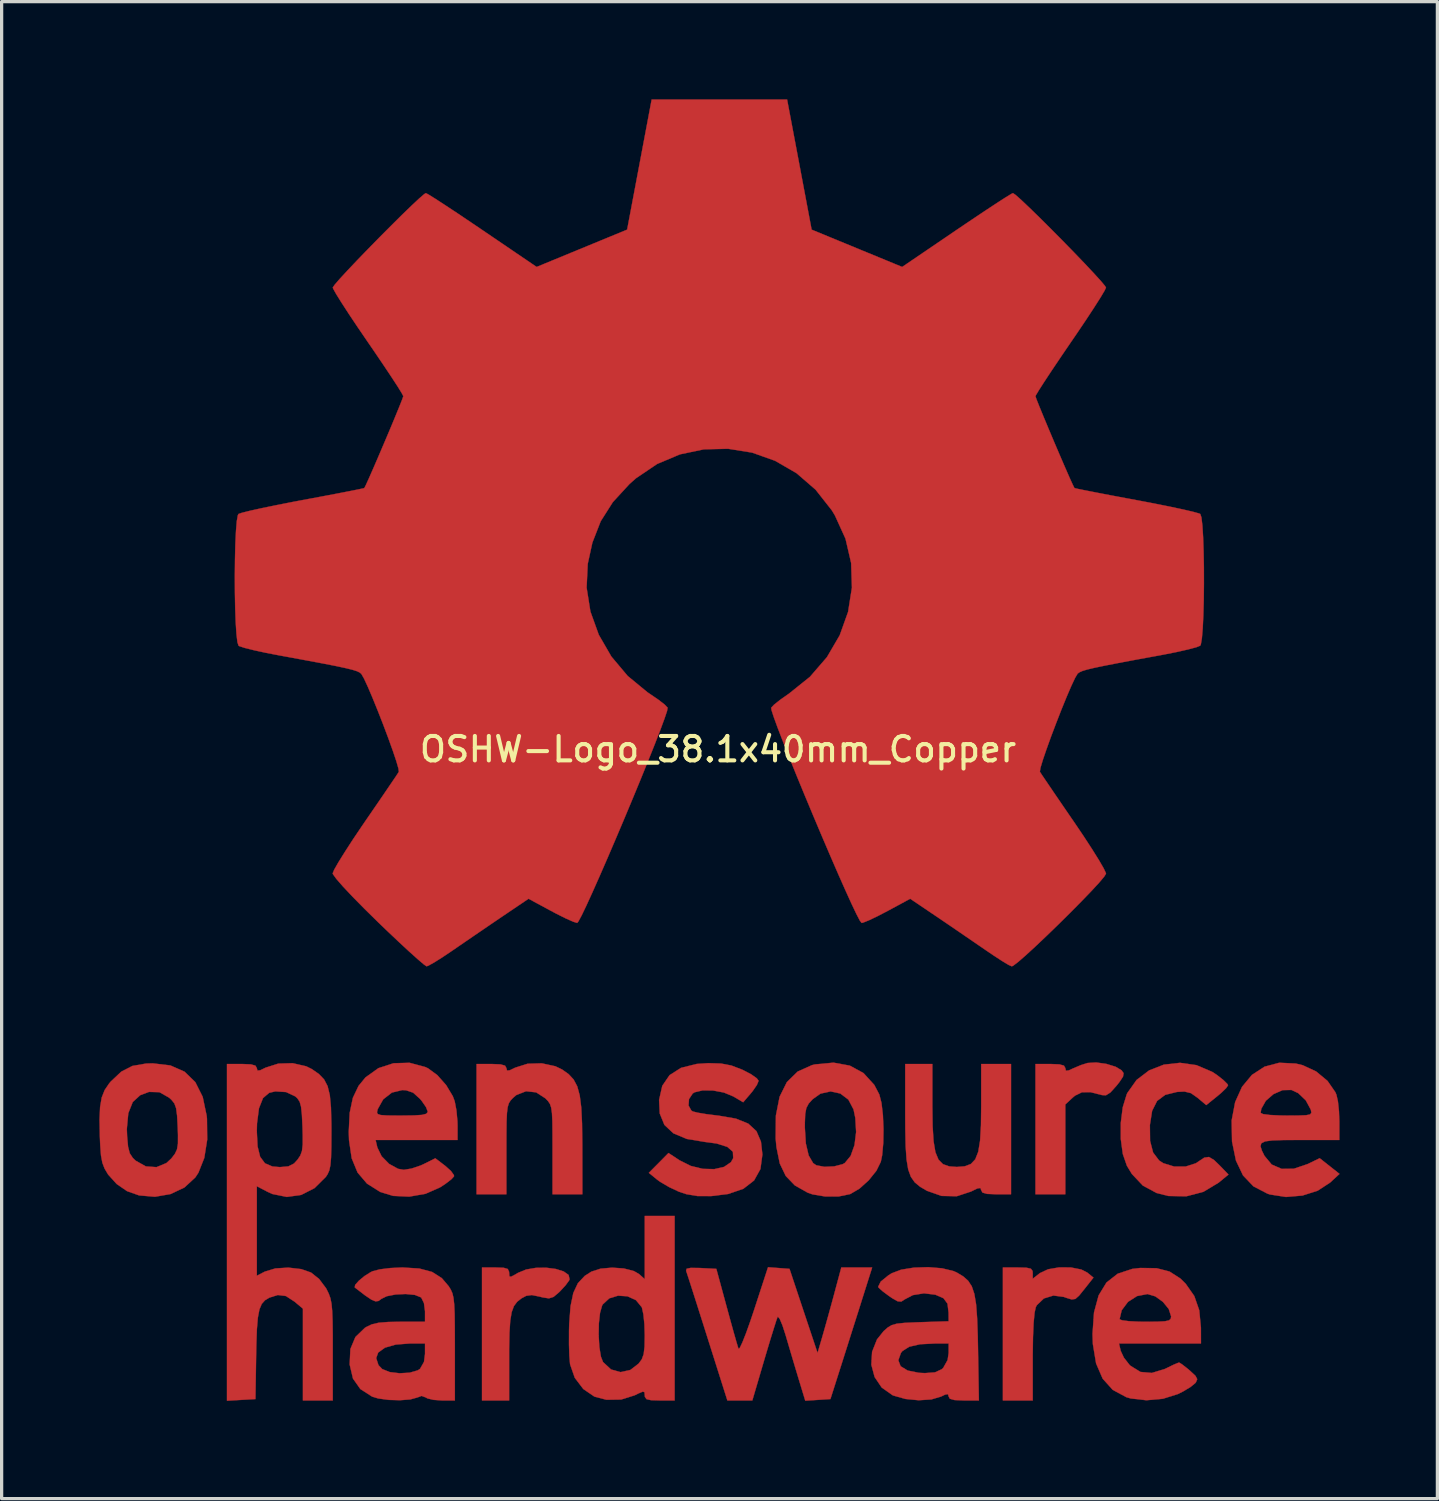
<source format=kicad_pcb>
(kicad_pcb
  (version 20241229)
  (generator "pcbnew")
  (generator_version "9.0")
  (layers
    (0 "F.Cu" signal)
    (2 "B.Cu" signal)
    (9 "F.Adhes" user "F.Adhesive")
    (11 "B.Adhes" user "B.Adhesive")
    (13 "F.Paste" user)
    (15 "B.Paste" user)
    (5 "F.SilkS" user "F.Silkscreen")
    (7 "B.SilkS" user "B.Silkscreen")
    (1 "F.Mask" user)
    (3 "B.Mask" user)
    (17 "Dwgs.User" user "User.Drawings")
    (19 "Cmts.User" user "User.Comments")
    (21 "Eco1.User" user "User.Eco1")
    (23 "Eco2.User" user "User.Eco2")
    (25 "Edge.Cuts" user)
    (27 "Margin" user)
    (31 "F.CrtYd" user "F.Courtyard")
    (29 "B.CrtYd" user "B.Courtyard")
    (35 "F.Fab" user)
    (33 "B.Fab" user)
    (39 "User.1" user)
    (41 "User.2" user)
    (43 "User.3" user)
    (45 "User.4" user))
  (footprint "OSHW-Logo_38.1x40mm_Copper"
    (layer "F.Cu")
    (at 18.99 19.95)
    (property "Reference" "OSHW-Logo_38.1x40mm_Copper" (at 0 0 0) (layer "F.SilkS") (effects (font (size 0.75 0.75) (thickness 0.125))))
    (attr exclude_from_pos_files exclude_from_bom)
    (fp_poly (pts (xy 11.918 9.656) (xy 12.204 9.744) (xy 12.389 9.855) (xy 12.449 9.942) (xy 12.432 10.046) (xy 12.325 10.209) (xy 12.234 10.324) (xy 12.047 10.532) (xy 11.907 10.62) (xy 11.787 10.614) (xy 11.431 10.524) (xy 11.17 10.528) (xy 10.959 10.631) (xy 10.887 10.691) (xy 10.66 10.902) (xy 10.66 13.658) (xy 9.744 13.658) (xy 9.744 9.66) (xy 10.202 9.66) (xy 10.477 9.671) (xy 10.619 9.71) (xy 10.66 9.785) (xy 10.66 9.787) (xy 10.679 9.866) (xy 10.767 9.856) (xy 10.889 9.799) (xy 11.14 9.693) (xy 11.344 9.629) (xy 11.607 9.613) (xy 11.918 9.656)) (stroke (width 0.01) (type solid)) (fill yes) (layer "F.Cu"))
    (fp_poly (pts (xy 10.83 15.905) (xy 11.15 15.968) (xy 11.333 16.061) (xy 11.524 16.217) (xy 11.252 16.561) (xy 11.083 16.77) (xy 10.969 16.871) (xy 10.856 16.887) (xy 10.69 16.837) (xy 10.612 16.809) (xy 10.294 16.767) (xy 10.003 16.856) (xy 9.789 17.059) (xy 9.754 17.123) (xy 9.717 17.294) (xy 9.687 17.609) (xy 9.668 18.046) (xy 9.66 18.582) (xy 9.66 18.658) (xy 9.66 19.987) (xy 8.744 19.987) (xy 8.744 15.906) (xy 9.202 15.906) (xy 9.466 15.913) (xy 9.604 15.944) (xy 9.655 16.013) (xy 9.66 16.079) (xy 9.66 16.251) (xy 9.88 16.079) (xy 10.131 15.961) (xy 10.469 15.903) (xy 10.83 15.905)) (stroke (width 0.01) (type solid)) (fill yes) (layer "F.Cu"))
    (fp_poly (pts (xy -6.579 15.915) (xy -6.454 15.952) (xy -6.414 16.035) (xy -6.412 16.072) (xy -6.405 16.175) (xy -6.356 16.191) (xy -6.221 16.12) (xy -6.142 16.072) (xy -5.89 15.968) (xy -5.59 15.917) (xy -5.275 15.913) (xy -4.98 15.951) (xy -4.739 16.027) (xy -4.587 16.134) (xy -4.557 16.268) (xy -4.572 16.305) (xy -4.683 16.456) (xy -4.854 16.641) (xy -4.885 16.671) (xy -5.049 16.809) (xy -5.191 16.854) (xy -5.388 16.823) (xy -5.467 16.802) (xy -5.714 16.752) (xy -5.887 16.775) (xy -6.033 16.853) (xy -6.167 16.959) (xy -6.266 17.092) (xy -6.334 17.277) (xy -6.378 17.541) (xy -6.402 17.907) (xy -6.412 18.402) (xy -6.412 18.701) (xy -6.412 19.987) (xy -7.245 19.987) (xy -7.245 15.906) (xy -6.829 15.906) (xy -6.579 15.915)) (stroke (width 0.01) (type solid)) (fill yes) (layer "F.Cu"))
    (fp_poly (pts (xy 6.579 10.957) (xy 6.587 11.567) (xy 6.616 12.031) (xy 6.673 12.368) (xy 6.767 12.595) (xy 6.904 12.734) (xy 7.094 12.802) (xy 7.329 12.82) (xy 7.574 12.8) (xy 7.761 12.729) (xy 7.896 12.586) (xy 7.988 12.353) (xy 8.044 12.011) (xy 8.071 11.54) (xy 8.078 10.957) (xy 8.078 9.66) (xy 8.994 9.66) (xy 8.994 13.658) (xy 8.536 13.658) (xy 8.26 13.647) (xy 8.118 13.607) (xy 8.078 13.533) (xy 8.054 13.466) (xy 7.959 13.48) (xy 7.767 13.574) (xy 7.327 13.719) (xy 6.861 13.709) (xy 6.414 13.552) (xy 6.201 13.427) (xy 6.038 13.292) (xy 5.92 13.124) (xy 5.838 12.898) (xy 5.787 12.591) (xy 5.759 12.18) (xy 5.748 11.64) (xy 5.746 11.223) (xy 5.746 9.66) (xy 6.579 9.66) (xy 6.579 10.957)) (stroke (width 0.01) (type solid)) (fill yes) (layer "F.Cu"))
    (fp_poly (pts (xy -4.994 9.729) (xy -4.787 9.828) (xy -4.586 9.971) (xy -4.433 10.136) (xy -4.321 10.346) (xy -4.245 10.625) (xy -4.198 10.996) (xy -4.174 11.485) (xy -4.166 12.114) (xy -4.166 12.18) (xy -4.164 13.658) (xy -5.08 13.658) (xy -5.08 12.295) (xy -5.081 11.79) (xy -5.085 11.424) (xy -5.097 11.17) (xy -5.121 10.999) (xy -5.16 10.884) (xy -5.218 10.798) (xy -5.3 10.713) (xy -5.583 10.53) (xy -5.893 10.496) (xy -6.189 10.611) (xy -6.291 10.698) (xy -6.367 10.778) (xy -6.421 10.865) (xy -6.457 10.985) (xy -6.479 11.165) (xy -6.491 11.432) (xy -6.495 11.815) (xy -6.496 12.28) (xy -6.496 13.658) (xy -7.412 13.658) (xy -7.412 9.66) (xy -6.954 9.66) (xy -6.679 9.671) (xy -6.537 9.71) (xy -6.496 9.785) (xy -6.496 9.787) (xy -6.477 9.861) (xy -6.392 9.853) (xy -6.225 9.772) (xy -5.845 9.652) (xy -5.411 9.639) (xy -4.994 9.729)) (stroke (width 0.01) (type solid)) (fill yes) (layer "F.Cu"))
    (fp_poly (pts (xy 14.685 9.695) (xy 15.167 9.9) (xy 15.319 10) (xy 15.513 10.153) (xy 15.635 10.274) (xy 15.656 10.313) (xy 15.597 10.4) (xy 15.444 10.548) (xy 15.321 10.651) (xy 14.986 10.921) (xy 14.721 10.698) (xy 14.517 10.554) (xy 14.317 10.505) (xy 14.089 10.517) (xy 13.726 10.607) (xy 13.477 10.794) (xy 13.325 11.096) (xy 13.256 11.532) (xy 13.256 11.533) (xy 13.262 12.02) (xy 13.355 12.378) (xy 13.539 12.621) (xy 13.665 12.704) (xy 13.999 12.807) (xy 14.356 12.807) (xy 14.667 12.707) (xy 14.74 12.658) (xy 14.925 12.534) (xy 15.069 12.514) (xy 15.224 12.606) (xy 15.396 12.772) (xy 15.668 13.053) (xy 15.366 13.302) (xy 14.899 13.583) (xy 14.373 13.721) (xy 13.824 13.711) (xy 13.462 13.62) (xy 13.04 13.392) (xy 12.703 13.035) (xy 12.55 12.783) (xy 12.425 12.422) (xy 12.363 11.963) (xy 12.363 11.467) (xy 12.423 10.99) (xy 12.545 10.591) (xy 12.564 10.55) (xy 12.848 10.149) (xy 13.233 9.856) (xy 13.687 9.679) (xy 14.181 9.624) (xy 14.685 9.695)) (stroke (width 0.01) (type solid)) (fill yes) (layer "F.Cu"))
    (fp_poly (pts (xy 4.045 9.71) (xy 4.466 9.939) (xy 4.796 10.301) (xy 4.951 10.596) (xy 5.018 10.856) (xy 5.061 11.227) (xy 5.079 11.654) (xy 5.072 12.083) (xy 5.038 12.46) (xy 4.997 12.661) (xy 4.861 12.937) (xy 4.626 13.229) (xy 4.342 13.485) (xy 4.061 13.65) (xy 4.054 13.653) (xy 3.706 13.725) (xy 3.293 13.727) (xy 2.9 13.661) (xy 2.749 13.608) (xy 2.358 13.387) (xy 2.079 13.097) (xy 1.895 12.713) (xy 1.793 12.21) (xy 1.769 11.946) (xy 1.772 11.615) (xy 2.665 11.615) (xy 2.695 12.098) (xy 2.782 12.467) (xy 2.919 12.702) (xy 3.017 12.769) (xy 3.268 12.816) (xy 3.567 12.802) (xy 3.825 12.735) (xy 3.892 12.698) (xy 4.071 12.481) (xy 4.189 12.15) (xy 4.239 11.747) (xy 4.214 11.315) (xy 4.16 11.055) (xy 4.002 10.754) (xy 3.754 10.566) (xy 3.455 10.501) (xy 3.146 10.569) (xy 2.908 10.737) (xy 2.783 10.874) (xy 2.711 11.01) (xy 2.676 11.194) (xy 2.665 11.476) (xy 2.665 11.615) (xy 1.772 11.615) (xy 1.776 11.243) (xy 1.89 10.666) (xy 2.113 10.216) (xy 2.444 9.892) (xy 2.883 9.695) (xy 2.978 9.672) (xy 3.545 9.619) (xy 4.045 9.71)) (stroke (width 0.01) (type solid)) (fill yes) (layer "F.Cu"))
    (fp_poly (pts (xy 1.865 15.923) (xy 2.194 15.948) (xy 2.624 17.239) (xy 3.055 18.53) (xy 3.19 18.071) (xy 3.271 17.788) (xy 3.378 17.406) (xy 3.494 16.985) (xy 3.555 16.76) (xy 3.784 15.906) (xy 4.731 15.906) (xy 4.448 16.801) (xy 4.309 17.242) (xy 4.14 17.773) (xy 3.965 18.327) (xy 3.808 18.821) (xy 3.45 19.945) (xy 2.678 19.995) (xy 2.468 19.304) (xy 2.339 18.875) (xy 2.198 18.401) (xy 2.075 17.983) (xy 2.07 17.966) (xy 1.978 17.683) (xy 1.897 17.49) (xy 1.84 17.417) (xy 1.828 17.425) (xy 1.787 17.538) (xy 1.71 17.781) (xy 1.604 18.123) (xy 1.481 18.533) (xy 1.414 18.759) (xy 1.053 19.987) (xy 0.287 19.987) (xy -0.326 18.051) (xy -0.498 17.508) (xy -0.655 17.014) (xy -0.789 16.594) (xy -0.893 16.27) (xy -0.96 16.066) (xy -0.98 16.006) (xy -0.964 15.945) (xy -0.838 15.918) (xy -0.577 15.921) (xy -0.537 15.923) (xy -0.052 15.948) (xy 0.265 17.114) (xy 0.381 17.539) (xy 0.485 17.913) (xy 0.568 18.203) (xy 0.62 18.376) (xy 0.629 18.405) (xy 0.669 18.372) (xy 0.749 18.203) (xy 0.86 17.922) (xy 0.993 17.55) (xy 1.106 17.214) (xy 1.535 15.898) (xy 1.865 15.923)) (stroke (width 0.01) (type solid)) (fill yes) (layer "F.Cu"))
    (fp_poly (pts (xy -16.811 9.704) (xy -16.375 9.896) (xy -16.044 10.218) (xy -15.818 10.669) (xy -15.696 11.25) (xy -15.687 11.341) (xy -15.68 11.981) (xy -15.769 12.541) (xy -15.949 12.996) (xy -16.045 13.142) (xy -16.38 13.451) (xy -16.806 13.652) (xy -17.284 13.735) (xy -17.771 13.693) (xy -18.141 13.562) (xy -18.459 13.343) (xy -18.719 13.055) (xy -18.724 13.048) (xy -18.829 12.871) (xy -18.898 12.692) (xy -18.94 12.467) (xy -18.964 12.149) (xy -18.975 11.888) (xy -18.979 11.651) (xy -18.147 11.651) (xy -18.138 11.887) (xy -18.109 12.2) (xy -18.057 12.401) (xy -17.963 12.544) (xy -17.875 12.628) (xy -17.563 12.803) (xy -17.236 12.826) (xy -16.932 12.7) (xy -16.78 12.559) (xy -16.671 12.417) (xy -16.607 12.281) (xy -16.578 12.104) (xy -16.577 11.839) (xy -16.585 11.594) (xy -16.604 11.245) (xy -16.634 11.019) (xy -16.687 10.871) (xy -16.777 10.759) (xy -16.848 10.694) (xy -17.145 10.525) (xy -17.466 10.516) (xy -17.736 10.617) (xy -17.965 10.826) (xy -18.102 11.17) (xy -18.147 11.651) (xy -18.979 11.651) (xy -18.985 11.369) (xy -18.968 10.981) (xy -18.918 10.689) (xy -18.827 10.459) (xy -18.689 10.256) (xy -18.638 10.196) (xy -18.318 9.895) (xy -17.976 9.719) (xy -17.556 9.646) (xy -17.352 9.64) (xy -16.811 9.704)) (stroke (width 0.01) (type solid)) (fill yes) (layer "F.Cu"))
    (fp_poly (pts (xy -1.332 19.987) (xy -1.79 19.987) (xy -2.056 19.979) (xy -2.195 19.947) (xy -2.245 19.877) (xy -2.249 19.829) (xy -2.257 19.734) (xy -2.31 19.716) (xy -2.449 19.775) (xy -2.558 19.829) (xy -2.974 19.959) (xy -3.426 19.966) (xy -3.793 19.87) (xy -4.136 19.636) (xy -4.397 19.292) (xy -4.539 18.885) (xy -4.543 18.862) (xy -4.564 18.614) (xy -4.575 18.258) (xy -4.574 17.989) (xy -3.664 17.989) (xy -3.643 18.347) (xy -3.595 18.642) (xy -3.53 18.808) (xy -3.285 19.036) (xy -2.993 19.118) (xy -2.693 19.052) (xy -2.436 18.855) (xy -2.339 18.722) (xy -2.282 18.564) (xy -2.255 18.334) (xy -2.249 17.987) (xy -2.26 17.644) (xy -2.291 17.343) (xy -2.335 17.141) (xy -2.343 17.123) (xy -2.52 16.908) (xy -2.779 16.79) (xy -3.069 16.771) (xy -3.338 16.853) (xy -3.537 17.038) (xy -3.558 17.075) (xy -3.622 17.299) (xy -3.658 17.622) (xy -3.664 17.989) (xy -4.574 17.989) (xy -4.574 17.852) (xy -4.568 17.634) (xy -4.527 17.094) (xy -4.442 16.688) (xy -4.301 16.388) (xy -4.092 16.165) (xy -3.889 16.034) (xy -3.605 15.942) (xy -3.252 15.911) (xy -2.891 15.936) (xy -2.582 16.016) (xy -2.418 16.112) (xy -2.249 16.265) (xy -2.249 14.324) (xy -1.332 14.324) (xy -1.332 19.987)) (stroke (width 0.01) (type solid)) (fill yes) (layer "F.Cu"))
    (fp_poly (pts (xy 17.736 9.646) (xy 17.949 9.698) (xy 18.358 9.888) (xy 18.707 10.177) (xy 18.949 10.525) (xy 18.982 10.603) (xy 19.028 10.807) (xy 19.06 11.109) (xy 19.071 11.415) (xy 19.071 11.992) (xy 17.863 11.992) (xy 17.365 11.994) (xy 17.014 12.005) (xy 16.791 12.035) (xy 16.677 12.092) (xy 16.651 12.184) (xy 16.695 12.32) (xy 16.774 12.48) (xy 16.995 12.746) (xy 17.302 12.879) (xy 17.676 12.874) (xy 18.101 12.73) (xy 18.468 12.552) (xy 18.772 12.792) (xy 19.076 13.033) (xy 18.79 13.298) (xy 18.408 13.548) (xy 17.938 13.698) (xy 17.432 13.741) (xy 16.943 13.665) (xy 16.864 13.639) (xy 16.434 13.415) (xy 16.115 13.08) (xy 15.898 12.625) (xy 15.778 12.041) (xy 15.777 12.028) (xy 15.766 11.391) (xy 15.81 11.163) (xy 16.656 11.163) (xy 16.733 11.198) (xy 16.944 11.225) (xy 17.255 11.24) (xy 17.452 11.243) (xy 17.82 11.241) (xy 18.05 11.232) (xy 18.171 11.208) (xy 18.212 11.161) (xy 18.201 11.085) (xy 18.192 11.055) (xy 18.043 10.778) (xy 17.809 10.554) (xy 17.602 10.456) (xy 17.328 10.462) (xy 17.049 10.585) (xy 16.816 10.787) (xy 16.676 11.034) (xy 16.656 11.163) (xy 15.81 11.163) (xy 15.873 10.83) (xy 16.085 10.36) (xy 16.39 9.993) (xy 16.775 9.742) (xy 17.227 9.622) (xy 17.736 9.646)) (stroke (width 0.01) (type solid)) (fill yes) (layer "F.Cu"))
    (fp_poly (pts (xy 0.093 9.646) (xy 0.408 9.706) (xy 0.735 9.831) (xy 0.77 9.847) (xy 1.018 9.977) (xy 1.19 10.099) (xy 1.246 10.176) (xy 1.193 10.303) (xy 1.064 10.49) (xy 1.007 10.56) (xy 0.772 10.834) (xy 0.469 10.655) (xy 0.181 10.536) (xy -0.152 10.473) (xy -0.471 10.469) (xy -0.719 10.528) (xy -0.778 10.566) (xy -0.891 10.737) (xy -0.905 10.934) (xy -0.82 11.088) (xy -0.77 11.118) (xy -0.62 11.155) (xy -0.357 11.199) (xy -0.032 11.24) (xy 0.028 11.247) (xy 0.55 11.337) (xy 0.928 11.49) (xy 1.179 11.721) (xy 1.318 12.043) (xy 1.362 12.436) (xy 1.302 12.883) (xy 1.107 13.234) (xy 0.777 13.49) (xy 0.31 13.65) (xy -0.208 13.714) (xy -0.631 13.713) (xy -0.973 13.655) (xy -1.208 13.576) (xy -1.503 13.437) (xy -1.777 13.276) (xy -1.874 13.205) (xy -2.124 13.001) (xy -1.822 12.697) (xy -1.521 12.392) (xy -1.178 12.618) (xy -0.835 12.789) (xy -0.468 12.878) (xy -0.115 12.887) (xy 0.186 12.818) (xy 0.397 12.673) (xy 0.466 12.55) (xy 0.456 12.354) (xy 0.286 12.204) (xy -0.043 12.1) (xy -0.404 12.052) (xy -0.959 11.96) (xy -1.371 11.787) (xy -1.646 11.529) (xy -1.789 11.178) (xy -1.809 10.763) (xy -1.711 10.329) (xy -1.487 10.002) (xy -1.136 9.778) (xy -0.655 9.658) (xy -0.299 9.634) (xy 0.093 9.646)) (stroke (width 0.01) (type solid)) (fill yes) (layer "F.Cu"))
    (fp_poly (pts (xy 13.462 15.928) (xy 13.86 16.031) (xy 14.193 16.245) (xy 14.355 16.405) (xy 14.619 16.782) (xy 14.771 17.219) (xy 14.823 17.757) (xy 14.823 17.801) (xy 14.824 18.238) (xy 12.307 18.238) (xy 12.361 18.467) (xy 12.458 18.674) (xy 12.627 18.891) (xy 12.663 18.925) (xy 12.967 19.112) (xy 13.315 19.143) (xy 13.715 19.021) (xy 13.783 18.988) (xy 13.991 18.887) (xy 14.13 18.83) (xy 14.154 18.824) (xy 14.239 18.876) (xy 14.401 19.002) (xy 14.483 19.071) (xy 14.653 19.229) (xy 14.709 19.333) (xy 14.67 19.429) (xy 14.649 19.455) (xy 14.509 19.57) (xy 14.277 19.71) (xy 14.116 19.791) (xy 13.657 19.935) (xy 13.149 19.981) (xy 12.668 19.926) (xy 12.533 19.887) (xy 12.117 19.663) (xy 11.807 19.319) (xy 11.605 18.852) (xy 11.506 18.257) (xy 11.495 17.947) (xy 11.527 17.494) (xy 12.325 17.494) (xy 12.402 17.527) (xy 12.61 17.554) (xy 12.912 17.569) (xy 13.116 17.572) (xy 13.484 17.569) (xy 13.716 17.557) (xy 13.844 17.529) (xy 13.897 17.479) (xy 13.908 17.407) (xy 13.836 17.182) (xy 13.656 16.961) (xy 13.42 16.791) (xy 13.183 16.721) (xy 12.862 16.783) (xy 12.584 16.961) (xy 12.391 17.219) (xy 12.325 17.494) (xy 11.527 17.494) (xy 11.541 17.287) (xy 11.683 16.762) (xy 11.924 16.367) (xy 12.268 16.097) (xy 12.716 15.949) (xy 12.959 15.921) (xy 13.462 15.928)) (stroke (width 0.01) (type solid)) (fill yes) (layer "F.Cu"))
    (fp_poly (pts (xy -8.985 9.753) (xy -8.902 9.792) (xy -8.615 10.003) (xy -8.344 10.31) (xy -8.141 10.648) (xy -8.083 10.803) (xy -8.03 11.081) (xy -7.999 11.416) (xy -7.995 11.555) (xy -7.995 11.992) (xy -10.511 11.992) (xy -10.458 12.221) (xy -10.326 12.492) (xy -10.096 12.726) (xy -9.822 12.877) (xy -9.647 12.908) (xy -9.411 12.87) (xy -9.128 12.775) (xy -9.032 12.731) (xy -8.678 12.554) (xy -8.375 12.785) (xy -8.2 12.941) (xy -8.107 13.07) (xy -8.103 13.108) (xy -8.186 13.199) (xy -8.368 13.339) (xy -8.533 13.447) (xy -8.978 13.643) (xy -9.478 13.731) (xy -9.973 13.708) (xy -10.368 13.588) (xy -10.775 13.331) (xy -11.064 12.992) (xy -11.245 12.553) (xy -11.327 11.997) (xy -11.335 11.742) (xy -11.306 11.159) (xy -11.302 11.142) (xy -10.468 11.142) (xy -10.445 11.196) (xy -10.351 11.227) (xy -10.156 11.24) (xy -9.832 11.243) (xy -9.708 11.243) (xy -9.328 11.238) (xy -9.088 11.222) (xy -8.958 11.189) (xy -8.912 11.136) (xy -8.911 11.119) (xy -8.963 10.984) (xy -9.094 10.794) (xy -9.15 10.728) (xy -9.359 10.54) (xy -9.576 10.466) (xy -9.694 10.46) (xy -10.011 10.537) (xy -10.277 10.744) (xy -10.446 11.045) (xy -10.449 11.055) (xy -10.468 11.142) (xy -11.302 11.142) (xy -11.209 10.699) (xy -11.034 10.332) (xy -10.821 10.071) (xy -10.426 9.788) (xy -9.962 9.637) (xy -9.469 9.623) (xy -8.985 9.753)) (stroke (width 0.01) (type solid)) (fill yes) (layer "F.Cu"))
    (fp_poly (pts (xy 6.877 15.931) (xy 7.228 16.016) (xy 7.33 16.061) (xy 7.527 16.18) (xy 7.677 16.313) (xy 7.789 16.484) (xy 7.868 16.717) (xy 7.921 17.034) (xy 7.953 17.458) (xy 7.973 18.013) (xy 7.98 18.384) (xy 8.007 19.987) (xy 7.543 19.987) (xy 7.261 19.975) (xy 7.116 19.935) (xy 7.079 19.867) (xy 7.059 19.794) (xy 6.97 19.808) (xy 6.85 19.866) (xy 6.548 19.956) (xy 6.159 19.981) (xy 5.751 19.941) (xy 5.389 19.839) (xy 5.356 19.825) (xy 5.025 19.592) (xy 4.807 19.269) (xy 4.706 18.891) (xy 4.714 18.755) (xy 5.534 18.755) (xy 5.606 18.938) (xy 5.82 19.069) (xy 6.165 19.139) (xy 6.35 19.148) (xy 6.658 19.125) (xy 6.862 19.032) (xy 6.912 18.988) (xy 7.047 18.747) (xy 7.079 18.53) (xy 7.079 18.238) (xy 6.673 18.238) (xy 6.201 18.262) (xy 5.87 18.338) (xy 5.661 18.47) (xy 5.614 18.529) (xy 5.534 18.755) (xy 4.714 18.755) (xy 4.729 18.494) (xy 4.879 18.115) (xy 5.084 17.859) (xy 5.208 17.749) (xy 5.33 17.676) (xy 5.488 17.631) (xy 5.722 17.606) (xy 6.071 17.59) (xy 6.21 17.585) (xy 7.079 17.557) (xy 7.077 17.294) (xy 7.044 17.017) (xy 6.922 16.85) (xy 6.676 16.743) (xy 6.67 16.741) (xy 6.321 16.699) (xy 5.98 16.754) (xy 5.726 16.887) (xy 5.625 16.953) (xy 5.515 16.944) (xy 5.347 16.849) (xy 5.248 16.781) (xy 5.054 16.637) (xy 4.934 16.53) (xy 4.915 16.499) (xy 4.994 16.339) (xy 5.228 16.148) (xy 5.33 16.084) (xy 5.622 15.973) (xy 6.016 15.91) (xy 6.454 15.896) (xy 6.877 15.931)) (stroke (width 0.01) (type solid)) (fill yes) (layer "F.Cu"))
    (fp_poly (pts (xy -9.168 15.938) (xy -8.776 16.043) (xy -8.478 16.233) (xy -8.267 16.481) (xy -8.202 16.587) (xy -8.153 16.698) (xy -8.12 16.839) (xy -8.098 17.038) (xy -8.085 17.32) (xy -8.08 17.711) (xy -8.078 18.236) (xy -8.078 18.375) (xy -8.078 19.987) (xy -8.478 19.987) (xy -8.733 19.969) (xy -8.921 19.924) (xy -8.969 19.896) (xy -9.098 19.848) (xy -9.23 19.896) (xy -9.447 19.956) (xy -9.762 19.98) (xy -10.112 19.97) (xy -10.431 19.926) (xy -10.618 19.869) (xy -10.979 19.637) (xy -11.205 19.316) (xy -11.306 18.888) (xy -11.307 18.877) (xy -11.298 18.687) (xy -10.493 18.687) (xy -10.423 18.903) (xy -10.308 19.024) (xy -10.078 19.116) (xy -9.774 19.153) (xy -9.464 19.135) (xy -9.216 19.063) (xy -9.146 19.016) (xy -9.025 18.802) (xy -8.994 18.558) (xy -8.994 18.238) (xy -9.455 18.238) (xy -9.892 18.272) (xy -10.224 18.367) (xy -10.431 18.516) (xy -10.493 18.687) (xy -11.298 18.687) (xy -11.285 18.409) (xy -11.131 18.04) (xy -10.841 17.76) (xy -10.801 17.735) (xy -10.629 17.652) (xy -10.416 17.602) (xy -10.118 17.578) (xy -9.764 17.572) (xy -8.994 17.572) (xy -8.994 17.249) (xy -9.027 16.998) (xy -9.11 16.83) (xy -9.12 16.822) (xy -9.305 16.748) (xy -9.586 16.72) (xy -9.895 16.734) (xy -10.169 16.788) (xy -10.332 16.868) (xy -10.42 16.933) (xy -10.513 16.946) (xy -10.641 16.892) (xy -10.835 16.761) (xy -11.125 16.538) (xy -11.152 16.517) (xy -11.138 16.44) (xy -11.024 16.311) (xy -10.851 16.168) (xy -10.66 16.048) (xy -10.6 16.02) (xy -10.381 15.963) (xy -10.059 15.923) (xy -9.701 15.906) (xy -9.684 15.906) (xy -9.168 15.938)) (stroke (width 0.01) (type solid)) (fill yes) (layer "F.Cu"))
    (fp_poly (pts (xy -12.642 9.73) (xy -12.466 9.817) (xy -12.25 9.968) (xy -12.092 10.133) (xy -11.984 10.34) (xy -11.916 10.618) (xy -11.881 10.994) (xy -11.868 11.499) (xy -11.867 11.715) (xy -11.869 12.191) (xy -11.878 12.53) (xy -11.898 12.765) (xy -11.932 12.926) (xy -11.985 13.045) (xy -12.039 13.126) (xy -12.386 13.47) (xy -12.795 13.678) (xy -13.236 13.74) (xy -13.68 13.65) (xy -13.821 13.586) (xy -14.157 13.411) (xy -14.157 16.16) (xy -13.912 16.033) (xy -13.588 15.935) (xy -13.19 15.91) (xy -12.793 15.956) (xy -12.493 16.061) (xy -12.244 16.26) (xy -12.031 16.544) (xy -12.015 16.574) (xy -11.948 16.711) (xy -11.898 16.85) (xy -11.864 17.018) (xy -11.843 17.244) (xy -11.831 17.555) (xy -11.826 17.981) (xy -11.826 18.459) (xy -11.826 19.987) (xy -12.742 19.987) (xy -12.742 17.17) (xy -12.998 16.955) (xy -13.264 16.782) (xy -13.516 16.751) (xy -13.77 16.831) (xy -13.905 16.911) (xy -14.005 17.023) (xy -14.077 17.193) (xy -14.125 17.445) (xy -14.155 17.802) (xy -14.172 18.289) (xy -14.178 18.613) (xy -14.199 19.945) (xy -14.636 19.97) (xy -15.073 19.996) (xy -15.073 11.727) (xy -14.157 11.727) (xy -14.134 12.188) (xy -14.055 12.508) (xy -13.908 12.707) (xy -13.68 12.805) (xy -13.45 12.825) (xy -13.188 12.802) (xy -13.015 12.714) (xy -12.907 12.596) (xy -12.822 12.47) (xy -12.771 12.329) (xy -12.748 12.132) (xy -12.748 11.837) (xy -12.755 11.589) (xy -12.773 11.217) (xy -12.799 10.972) (xy -12.842 10.817) (xy -12.913 10.712) (xy -12.98 10.652) (xy -13.259 10.521) (xy -13.589 10.5) (xy -13.779 10.545) (xy -13.967 10.706) (xy -14.091 11.019) (xy -14.151 11.482) (xy -14.157 11.727) (xy -15.073 11.727) (xy -15.073 9.66) (xy -14.615 9.66) (xy -14.34 9.671) (xy -14.199 9.71) (xy -14.157 9.785) (xy -14.157 9.787) (xy -14.138 9.861) (xy -14.054 9.853) (xy -13.887 9.772) (xy -13.497 9.648) (xy -13.058 9.635) (xy -12.642 9.73)) (stroke (width 0.01) (type solid)) (fill yes) (layer "F.Cu"))
    (fp_poly (pts (xy 2.497 -17.948) (xy 2.873 -15.951) (xy 5.652 -14.806) (xy 7.318 -15.939) (xy 7.785 -16.254) (xy 8.207 -16.536) (xy 8.564 -16.771) (xy 8.837 -16.947) (xy 9.007 -17.05) (xy 9.053 -17.072) (xy 9.136 -17.015) (xy 9.313 -16.857) (xy 9.565 -16.618) (xy 9.872 -16.319) (xy 10.213 -15.979) (xy 10.57 -15.619) (xy 10.921 -15.259) (xy 11.247 -14.92) (xy 11.528 -14.62) (xy 11.745 -14.382) (xy 11.877 -14.225) (xy 11.909 -14.172) (xy 11.863 -14.075) (xy 11.736 -13.862) (xy 11.54 -13.554) (xy 11.289 -13.172) (xy 10.996 -12.737) (xy 10.826 -12.489) (xy 10.517 -12.035) (xy 10.242 -11.626) (xy 10.015 -11.282) (xy 9.849 -11.023) (xy 9.757 -10.868) (xy 9.744 -10.836) (xy 9.775 -10.744) (xy 9.86 -10.53) (xy 9.986 -10.223) (xy 10.14 -9.854) (xy 10.309 -9.453) (xy 10.481 -9.05) (xy 10.643 -8.675) (xy 10.781 -8.359) (xy 10.884 -8.132) (xy 10.938 -8.023) (xy 10.941 -8.019) (xy 11.025 -7.998) (xy 11.25 -7.952) (xy 11.592 -7.885) (xy 12.028 -7.801) (xy 12.535 -7.706) (xy 12.831 -7.651) (xy 13.372 -7.548) (xy 13.861 -7.45) (xy 14.273 -7.362) (xy 14.583 -7.29) (xy 14.766 -7.239) (xy 14.803 -7.223) (xy 14.839 -7.114) (xy 14.868 -6.867) (xy 14.89 -6.511) (xy 14.905 -6.076) (xy 14.914 -5.59) (xy 14.915 -5.081) (xy 14.91 -4.58) (xy 14.897 -4.114) (xy 14.878 -3.712) (xy 14.852 -3.404) (xy 14.82 -3.218) (xy 14.8 -3.18) (xy 14.683 -3.133) (xy 14.434 -3.067) (xy 14.087 -2.988) (xy 13.674 -2.906) (xy 13.53 -2.879) (xy 12.835 -2.752) (xy 12.287 -2.649) (xy 11.866 -2.567) (xy 11.555 -2.502) (xy 11.335 -2.45) (xy 11.189 -2.406) (xy 11.098 -2.366) (xy 11.044 -2.327) (xy 11.036 -2.319) (xy 10.961 -2.193) (xy 10.846 -1.949) (xy 10.703 -1.617) (xy 10.543 -1.225) (xy 10.379 -0.804) (xy 10.22 -0.385) (xy 10.08 0.004) (xy 9.968 0.333) (xy 9.897 0.57) (xy 9.879 0.688) (xy 9.881 0.692) (xy 9.943 0.788) (xy 10.086 0.999) (xy 10.292 1.303) (xy 10.549 1.679) (xy 10.84 2.104) (xy 10.923 2.224) (xy 11.219 2.662) (xy 11.479 3.061) (xy 11.69 3.399) (xy 11.837 3.653) (xy 11.906 3.8) (xy 11.909 3.818) (xy 11.851 3.912) (xy 11.692 4.1) (xy 11.451 4.361) (xy 11.149 4.674) (xy 10.808 5.019) (xy 10.446 5.377) (xy 10.085 5.727) (xy 9.746 6.048) (xy 9.448 6.322) (xy 9.213 6.527) (xy 9.06 6.643) (xy 9.018 6.662) (xy 8.919 6.618) (xy 8.718 6.497) (xy 8.446 6.32) (xy 8.237 6.178) (xy 7.858 5.918) (xy 7.41 5.611) (xy 6.96 5.304) (xy 6.718 5.14) (xy 5.899 4.587) (xy 5.212 4.958) (xy 4.899 5.121) (xy 4.633 5.248) (xy 4.453 5.32) (xy 4.407 5.33) (xy 4.352 5.256) (xy 4.243 5.046) (xy 4.089 4.721) (xy 3.897 4.298) (xy 3.676 3.799) (xy 3.434 3.241) (xy 3.179 2.645) (xy 2.919 2.029) (xy 2.662 1.413) (xy 2.416 0.816) (xy 2.19 0.258) (xy 1.992 -0.242) (xy 1.829 -0.665) (xy 1.71 -0.992) (xy 1.642 -1.203) (xy 1.632 -1.275) (xy 1.717 -1.367) (xy 1.905 -1.517) (xy 2.155 -1.693) (xy 2.176 -1.707) (xy 2.822 -2.225) (xy 3.343 -2.828) (xy 3.735 -3.499) (xy 3.992 -4.217) (xy 4.11 -4.963) (xy 4.086 -5.719) (xy 3.913 -6.464) (xy 3.588 -7.179) (xy 3.493 -7.336) (xy 2.996 -7.968) (xy 2.409 -8.476) (xy 1.752 -8.856) (xy 1.046 -9.107) (xy 0.31 -9.225) (xy -0.434 -9.208) (xy -1.167 -9.054) (xy -1.868 -8.759) (xy -2.517 -8.321) (xy -2.718 -8.143) (xy -3.229 -7.587) (xy -3.601 -7.001) (xy -3.857 -6.344) (xy -3.999 -5.694) (xy -4.034 -4.963) (xy -3.917 -4.228) (xy -3.66 -3.514) (xy -3.274 -2.847) (xy -2.772 -2.25) (xy -2.164 -1.749) (xy -2.085 -1.696) (xy -1.832 -1.523) (xy -1.64 -1.374) (xy -1.548 -1.278) (xy -1.547 -1.275) (xy -1.566 -1.171) (xy -1.645 -0.937) (xy -1.773 -0.59) (xy -1.944 -0.15) (xy -2.149 0.363) (xy -2.379 0.93) (xy -2.628 1.532) (xy -2.886 2.15) (xy -3.146 2.763) (xy -3.399 3.353) (xy -3.638 3.901) (xy -3.854 4.387) (xy -4.039 4.792) (xy -4.185 5.097) (xy -4.284 5.281) (xy -4.324 5.33) (xy -4.445 5.292) (xy -4.673 5.191) (xy -4.967 5.044) (xy -5.129 4.958) (xy -5.816 4.587) (xy -6.635 5.14) (xy -7.053 5.424) (xy -7.51 5.736) (xy -7.939 6.03) (xy -8.154 6.178) (xy -8.456 6.381) (xy -8.712 6.542) (xy -8.888 6.64) (xy -8.945 6.661) (xy -9.028 6.605) (xy -9.212 6.448) (xy -9.48 6.208) (xy -9.813 5.899) (xy -10.193 5.539) (xy -10.433 5.308) (xy -10.854 4.894) (xy -11.217 4.525) (xy -11.509 4.215) (xy -11.714 3.98) (xy -11.818 3.836) (xy -11.828 3.807) (xy -11.782 3.696) (xy -11.654 3.471) (xy -11.458 3.156) (xy -11.21 2.772) (xy -10.922 2.344) (xy -10.84 2.224) (xy -10.542 1.79) (xy -10.274 1.399) (xy -10.053 1.073) (xy -9.891 0.835) (xy -9.806 0.705) (xy -9.797 0.692) (xy -9.81 0.589) (xy -9.875 0.362) (xy -9.983 0.042) (xy -10.121 -0.342) (xy -10.278 -0.76) (xy -10.443 -1.182) (xy -10.604 -1.578) (xy -10.749 -1.918) (xy -10.867 -2.173) (xy -10.947 -2.312) (xy -10.953 -2.319) (xy -11.002 -2.359) (xy -11.084 -2.398) (xy -11.219 -2.441) (xy -11.423 -2.491) (xy -11.716 -2.554) (xy -12.114 -2.632) (xy -12.637 -2.73) (xy -13.303 -2.853) (xy -13.447 -2.879) (xy -13.874 -2.961) (xy -14.246 -3.042) (xy -14.531 -3.113) (xy -14.695 -3.167) (xy -14.717 -3.18) (xy -14.753 -3.291) (xy -14.782 -3.539) (xy -14.805 -3.896) (xy -14.821 -4.332) (xy -14.83 -4.819) (xy -14.832 -5.327) (xy -14.827 -5.828) (xy -14.816 -6.294) (xy -14.797 -6.694) (xy -14.772 -7.001) (xy -14.739 -7.185) (xy -14.72 -7.223) (xy -14.61 -7.261) (xy -14.362 -7.323) (xy -13.999 -7.403) (xy -13.547 -7.496) (xy -13.029 -7.598) (xy -12.747 -7.651) (xy -12.212 -7.751) (xy -11.735 -7.841) (xy -11.339 -7.918) (xy -11.048 -7.976) (xy -10.884 -8.011) (xy -10.858 -8.019) (xy -10.812 -8.107) (xy -10.716 -8.318) (xy -10.582 -8.623) (xy -10.423 -8.991) (xy -10.252 -9.392) (xy -10.081 -9.795) (xy -9.924 -10.172) (xy -9.793 -10.491) (xy -9.701 -10.722) (xy -9.661 -10.835) (xy -9.66 -10.84) (xy -9.706 -10.929) (xy -9.833 -11.135) (xy -10.029 -11.436) (xy -10.28 -11.812) (xy -10.573 -12.244) (xy -10.743 -12.492) (xy -11.053 -12.946) (xy -11.329 -13.359) (xy -11.556 -13.709) (xy -11.722 -13.975) (xy -11.812 -14.137) (xy -11.826 -14.173) (xy -11.769 -14.257) (xy -11.613 -14.438) (xy -11.378 -14.693) (xy -11.083 -15.005) (xy -10.748 -15.351) (xy -10.394 -15.713) (xy -10.039 -16.069) (xy -9.705 -16.401) (xy -9.41 -16.686) (xy -9.175 -16.906) (xy -9.02 -17.04) (xy -8.968 -17.072) (xy -8.883 -17.027) (xy -8.681 -16.901) (xy -8.381 -16.706) (xy -8.002 -16.456) (xy -7.565 -16.162) (xy -7.235 -15.939) (xy -5.568 -14.806) (xy -2.79 -15.951) (xy -2.413 -17.948) (xy -2.037 -19.945) (xy 2.12 -19.945) (xy 2.497 -17.948)) (stroke (width 0.01) (type solid)) (fill yes) (layer "F.Cu")))
  (gr_rect
    (start -3 -3)
    (end 41.071 42.951)
    (stroke (width 0.1) (type default))
    (fill no)
    (layer "Edge.Cuts")))
</source>
